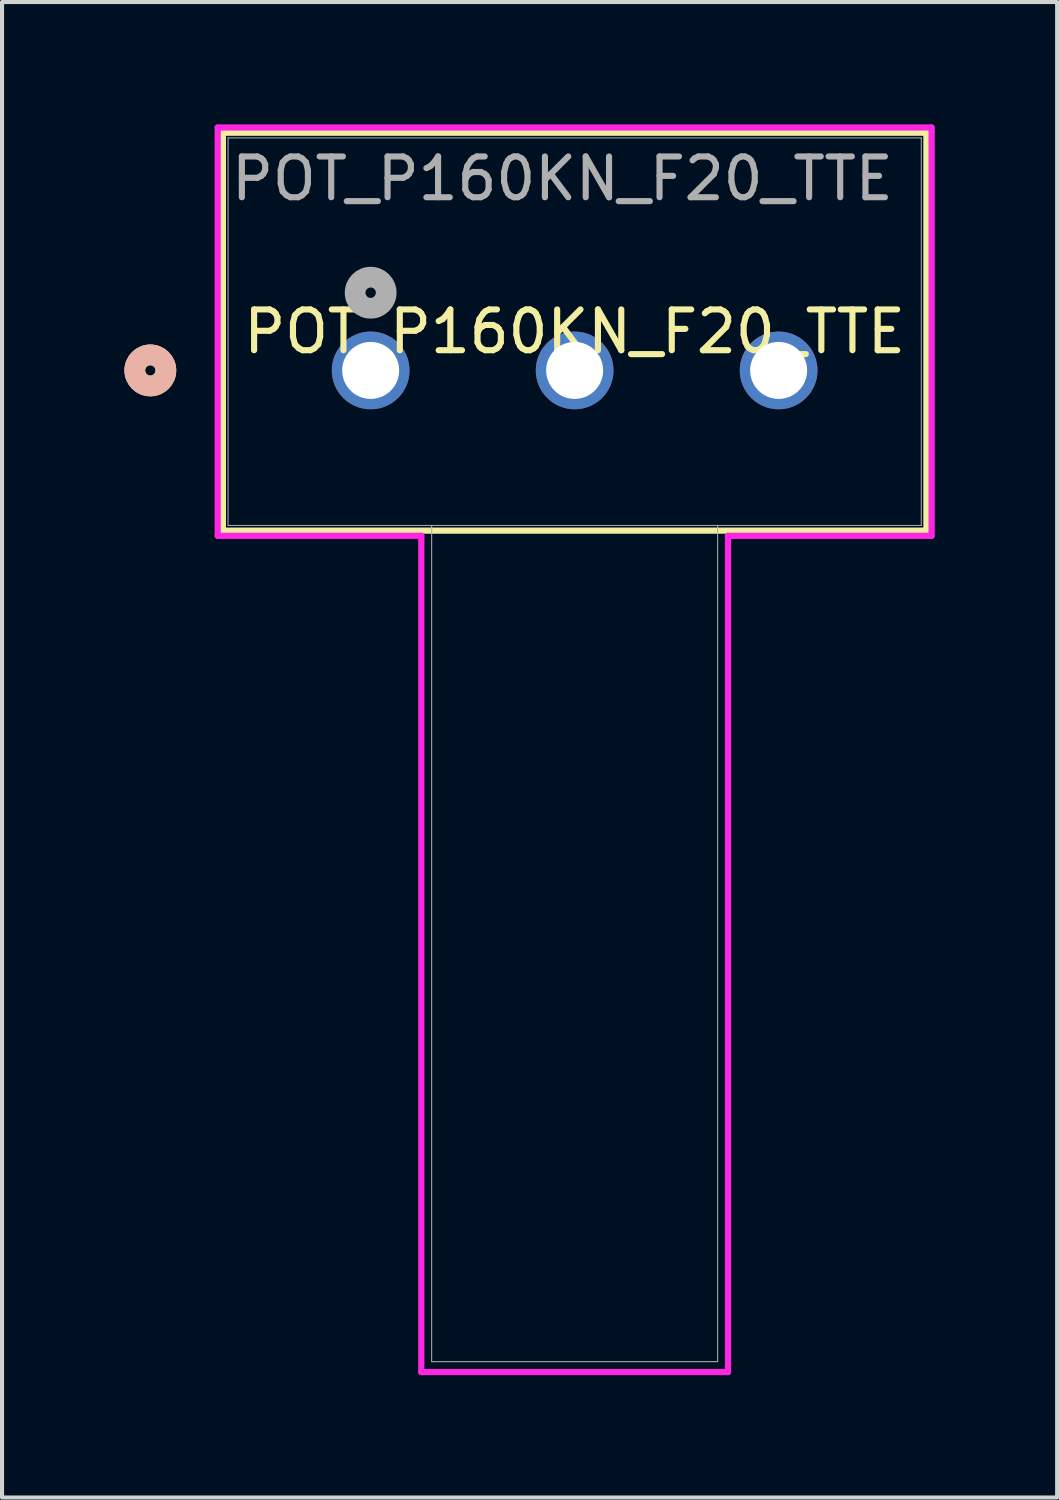
<source format=kicad_pcb>
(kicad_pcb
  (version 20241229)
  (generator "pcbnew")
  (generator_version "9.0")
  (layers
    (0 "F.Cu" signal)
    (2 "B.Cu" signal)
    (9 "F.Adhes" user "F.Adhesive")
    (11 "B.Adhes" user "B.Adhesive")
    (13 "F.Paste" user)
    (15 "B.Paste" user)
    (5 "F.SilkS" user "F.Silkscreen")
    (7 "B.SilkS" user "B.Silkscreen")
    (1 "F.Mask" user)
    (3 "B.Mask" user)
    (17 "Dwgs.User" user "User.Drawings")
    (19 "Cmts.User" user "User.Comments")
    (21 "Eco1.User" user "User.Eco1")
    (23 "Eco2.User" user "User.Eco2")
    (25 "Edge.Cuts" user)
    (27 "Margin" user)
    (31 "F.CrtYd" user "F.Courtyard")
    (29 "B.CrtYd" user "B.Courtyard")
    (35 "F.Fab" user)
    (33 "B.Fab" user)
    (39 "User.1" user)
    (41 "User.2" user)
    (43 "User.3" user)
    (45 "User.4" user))
  (footprint "POT_P160KN_F20_TTE"
    (layer "F.Cu")
    (at 6.036 6.03)
    (property "Reference" "POT_P160KN_F20_TTE" (at 5 -0.95 0) (unlocked yes) (layer "F.SilkS") (effects (font (size 1 1) (thickness 0.15))))
    (attr through_hole)
    (fp_line (start -3.623 -5.827) (end -3.623 3.927) (stroke (width 0.152) (type solid)) (layer "F.SilkS"))
    (fp_line (start -3.623 3.927) (end 13.623 3.927) (stroke (width 0.152) (type solid)) (layer "F.SilkS"))
    (fp_line (start 13.623 -5.827) (end -3.623 -5.827) (stroke (width 0.152) (type solid)) (layer "F.SilkS"))
    (fp_line (start 13.623 3.927) (end 13.623 -5.827) (stroke (width 0.152) (type solid)) (layer "F.SilkS"))
    (fp_circle (center -5.401 0) (end -5.02 0) (stroke (width 0.508) (type solid)) (fill no) (layer "F.SilkS"))
    (fp_circle (center -5.401 0) (end -5.02 0) (stroke (width 0.508) (type solid)) (fill no) (layer "B.SilkS"))
    (fp_line (start -3.75 -5.954) (end -3.75 4.054) (stroke (width 0.152) (type solid)) (layer "F.CrtYd"))
    (fp_line (start -3.75 4.054) (end 1.241 4.054) (stroke (width 0.152) (type solid)) (layer "F.CrtYd"))
    (fp_line (start 1.241 4.054) (end 1.241 24.552) (stroke (width 0.152) (type solid)) (layer "F.CrtYd"))
    (fp_line (start 1.241 24.552) (end 8.759 24.552) (stroke (width 0.152) (type solid)) (layer "F.CrtYd"))
    (fp_line (start 8.759 4.054) (end 13.75 4.054) (stroke (width 0.152) (type solid)) (layer "F.CrtYd"))
    (fp_line (start 8.759 24.552) (end 8.759 4.054) (stroke (width 0.152) (type solid)) (layer "F.CrtYd"))
    (fp_line (start 13.75 -5.954) (end -3.75 -5.954) (stroke (width 0.152) (type solid)) (layer "F.CrtYd"))
    (fp_line (start 13.75 4.054) (end 13.75 -5.954) (stroke (width 0.152) (type solid)) (layer "F.CrtYd"))
    (fp_line (start -3.496 -5.7) (end -3.496 3.8) (stroke (width 0.025) (type solid)) (layer "F.Fab"))
    (fp_line (start -3.496 3.8) (end 13.496 3.8) (stroke (width 0.025) (type solid)) (layer "F.Fab"))
    (fp_line (start 1.495 3.8) (end 1.495 24.298) (stroke (width 0.025) (type solid)) (layer "F.Fab"))
    (fp_line (start 1.495 24.298) (end 8.505 24.298) (stroke (width 0.025) (type solid)) (layer "F.Fab"))
    (fp_line (start 8.505 24.298) (end 8.505 3.8) (stroke (width 0.025) (type solid)) (layer "F.Fab"))
    (fp_line (start 13.496 -5.7) (end -3.496 -5.7) (stroke (width 0.025) (type solid)) (layer "F.Fab"))
    (fp_line (start 13.496 3.8) (end 13.496 -5.7) (stroke (width 0.025) (type solid)) (layer "F.Fab"))
    (fp_circle (center 0 -1.905) (end 0.381 -1.905) (stroke (width 0.508) (type solid)) (fill no) (layer "F.Fab"))
    (fp_text user "${REFERENCE}" (at 4.7 -4.7 0) (unlocked yes) (layer "F.Fab") (effects (font (size 1 1) (thickness 0.15))))
    (pad "1" thru_hole circle (at 0 0) (size 1.905 1.905) (drill 1.397) (layers "*.Cu" "*.Mask"))
    (pad "2" thru_hole circle (at 5 0) (size 1.905 1.905) (drill 1.397) (layers "*.Cu" "*.Mask"))
    (pad "3" thru_hole circle (at 10 0) (size 1.905 1.905) (drill 1.397) (layers "*.Cu" "*.Mask")))
  (gr_rect
    (start -3 -3)
    (end 22.863 33.658)
    (stroke (width 0.1) (type default))
    (fill no)
    (layer "Edge.Cuts")))
</source>
